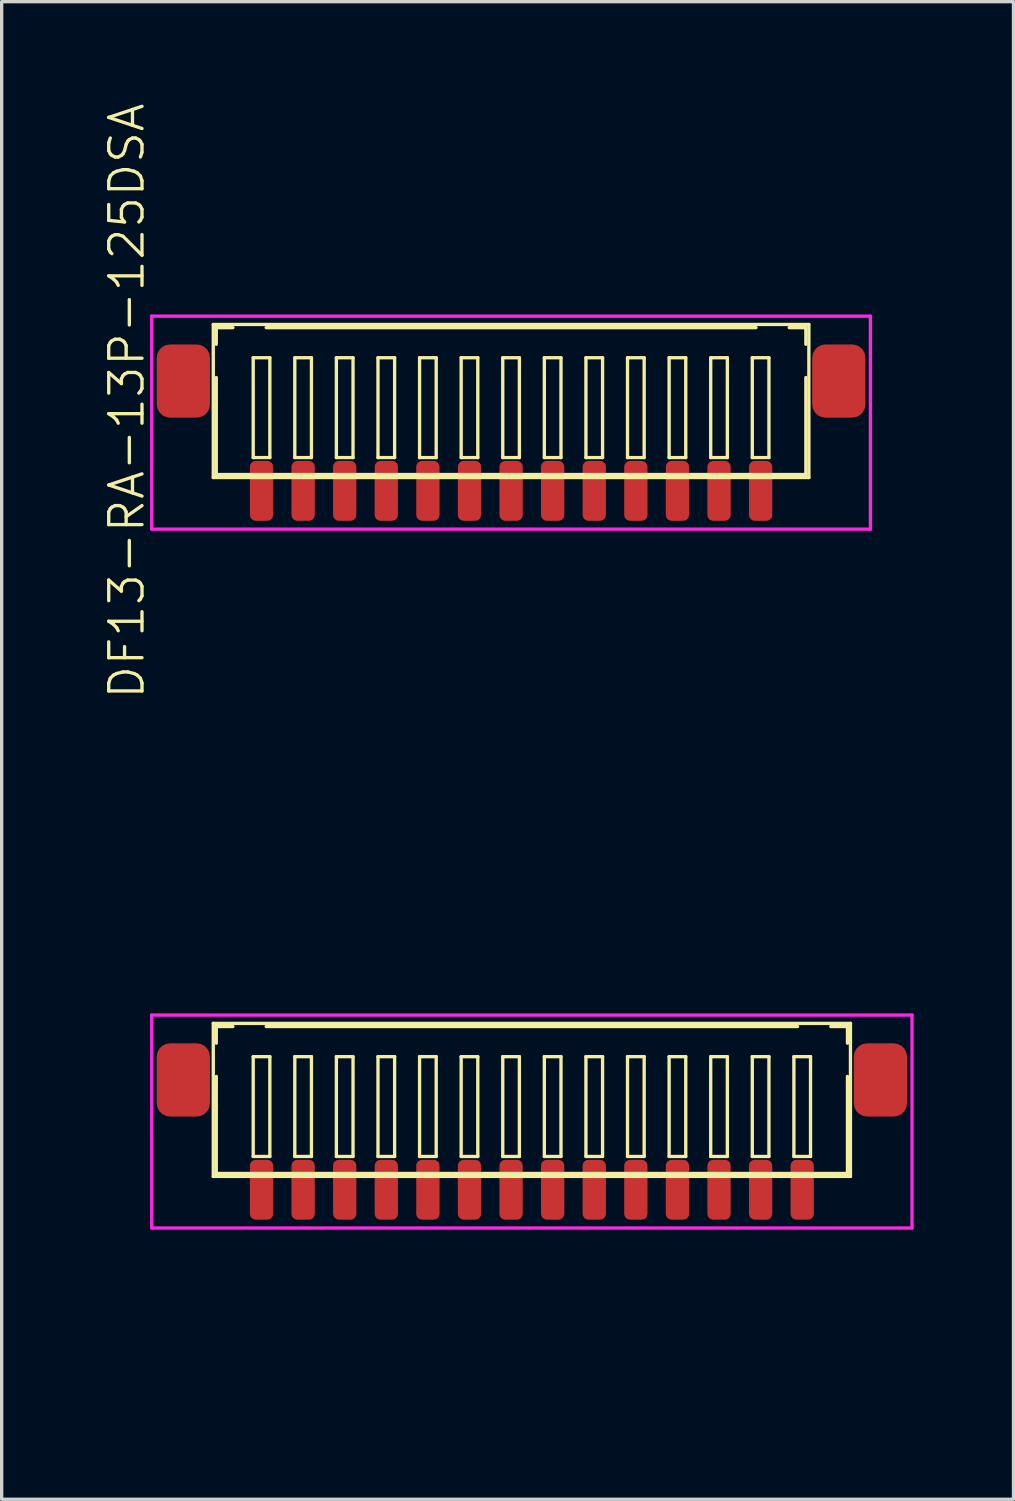
<source format=kicad_pcb>
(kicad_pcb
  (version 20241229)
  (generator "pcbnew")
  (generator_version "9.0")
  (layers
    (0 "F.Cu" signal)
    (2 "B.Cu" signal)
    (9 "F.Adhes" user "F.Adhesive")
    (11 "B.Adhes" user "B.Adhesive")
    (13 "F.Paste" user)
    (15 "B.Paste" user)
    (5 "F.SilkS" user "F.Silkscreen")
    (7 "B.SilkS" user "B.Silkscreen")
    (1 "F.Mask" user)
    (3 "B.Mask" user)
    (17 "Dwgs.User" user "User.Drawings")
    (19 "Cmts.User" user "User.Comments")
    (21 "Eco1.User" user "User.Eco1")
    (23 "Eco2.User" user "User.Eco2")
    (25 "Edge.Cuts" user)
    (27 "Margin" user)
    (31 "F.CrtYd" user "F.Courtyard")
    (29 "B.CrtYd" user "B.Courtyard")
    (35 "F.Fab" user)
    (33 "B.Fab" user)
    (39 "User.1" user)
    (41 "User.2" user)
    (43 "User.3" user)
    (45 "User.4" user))
  (footprint "DF13-RA-13P-125DSA"
    (layer "F.Cu")
    (at 12.31 11.702)
    (property "Reference" "DF13-RA-13P-125DSA" (at -11.55 -2.7 90) (layer "F.SilkS") (effects (font (size 1 1) (thickness 0.1))))
    (attr through_hole)
    (fp_line (start -8.95 -5) (end -8.95 -0.4) (stroke (width 0.1) (type solid)) (layer "F.SilkS"))
    (fp_line (start -8.95 -5) (end 8.95 -5) (stroke (width 0.1) (type solid)) (layer "F.SilkS"))
    (fp_line (start -8.95 -0.4) (end 8.95 -0.4) (stroke (width 0.1) (type solid)) (layer "F.SilkS"))
    (fp_line (start -8.86 -4.905) (end -8.86 -4.405) (stroke (width 0.1) (type solid)) (layer "F.SilkS"))
    (fp_line (start -8.86 -4.905) (end -8.36 -4.905) (stroke (width 0.1) (type solid)) (layer "F.SilkS"))
    (fp_line (start -8.86 -3.405) (end -8.86 -0.49) (stroke (width 0.1) (type solid)) (layer "F.SilkS"))
    (fp_line (start -8.86 -0.49) (end 8.86 -0.49) (stroke (width 0.1) (type solid)) (layer "F.SilkS"))
    (fp_line (start -7.75 -4) (end -7.75 -1) (stroke (width 0.1) (type solid)) (layer "F.SilkS"))
    (fp_line (start -7.75 -1) (end -7.25 -1) (stroke (width 0.1) (type solid)) (layer "F.SilkS"))
    (fp_line (start -7.36 -4.905) (end 7.36 -4.905) (stroke (width 0.1) (type solid)) (layer "F.SilkS"))
    (fp_line (start -7.25 -4) (end -7.75 -4) (stroke (width 0.1) (type solid)) (layer "F.SilkS"))
    (fp_line (start -7.25 -1) (end -7.25 -4) (stroke (width 0.1) (type solid)) (layer "F.SilkS"))
    (fp_line (start -6.5 -4) (end -6.5 -1) (stroke (width 0.1) (type solid)) (layer "F.SilkS"))
    (fp_line (start -6.5 -1) (end -6 -1) (stroke (width 0.1) (type solid)) (layer "F.SilkS"))
    (fp_line (start -6 -4) (end -6.5 -4) (stroke (width 0.1) (type solid)) (layer "F.SilkS"))
    (fp_line (start -6 -1) (end -6 -4) (stroke (width 0.1) (type solid)) (layer "F.SilkS"))
    (fp_line (start -5.25 -4) (end -5.25 -1) (stroke (width 0.1) (type solid)) (layer "F.SilkS"))
    (fp_line (start -5.25 -1) (end -4.75 -1) (stroke (width 0.1) (type solid)) (layer "F.SilkS"))
    (fp_line (start -4.75 -4) (end -5.25 -4) (stroke (width 0.1) (type solid)) (layer "F.SilkS"))
    (fp_line (start -4.75 -1) (end -4.75 -4) (stroke (width 0.1) (type solid)) (layer "F.SilkS"))
    (fp_line (start -4 -4) (end -4 -1) (stroke (width 0.1) (type solid)) (layer "F.SilkS"))
    (fp_line (start -4 -1) (end -3.5 -1) (stroke (width 0.1) (type solid)) (layer "F.SilkS"))
    (fp_line (start -3.5 -4) (end -4 -4) (stroke (width 0.1) (type solid)) (layer "F.SilkS"))
    (fp_line (start -3.5 -1) (end -3.5 -4) (stroke (width 0.1) (type solid)) (layer "F.SilkS"))
    (fp_line (start -2.75 -4) (end -2.75 -1) (stroke (width 0.1) (type solid)) (layer "F.SilkS"))
    (fp_line (start -2.75 -1) (end -2.25 -1) (stroke (width 0.1) (type solid)) (layer "F.SilkS"))
    (fp_line (start -2.25 -4) (end -2.75 -4) (stroke (width 0.1) (type solid)) (layer "F.SilkS"))
    (fp_line (start -2.25 -1) (end -2.25 -4) (stroke (width 0.1) (type solid)) (layer "F.SilkS"))
    (fp_line (start -1.5 -4) (end -1.5 -1) (stroke (width 0.1) (type solid)) (layer "F.SilkS"))
    (fp_line (start -1.5 -1) (end -1 -1) (stroke (width 0.1) (type solid)) (layer "F.SilkS"))
    (fp_line (start -1 -4) (end -1.5 -4) (stroke (width 0.1) (type solid)) (layer "F.SilkS"))
    (fp_line (start -1 -1) (end -1 -4) (stroke (width 0.1) (type solid)) (layer "F.SilkS"))
    (fp_line (start -0.25 -4) (end -0.25 -1) (stroke (width 0.1) (type solid)) (layer "F.SilkS"))
    (fp_line (start -0.25 -1) (end 0.25 -1) (stroke (width 0.1) (type solid)) (layer "F.SilkS"))
    (fp_line (start 0.25 -4) (end -0.25 -4) (stroke (width 0.1) (type solid)) (layer "F.SilkS"))
    (fp_line (start 0.25 -1) (end 0.25 -4) (stroke (width 0.1) (type solid)) (layer "F.SilkS"))
    (fp_line (start 1 -4) (end 1 -1) (stroke (width 0.1) (type solid)) (layer "F.SilkS"))
    (fp_line (start 1 -1) (end 1.5 -1) (stroke (width 0.1) (type solid)) (layer "F.SilkS"))
    (fp_line (start 1.5 -4) (end 1 -4) (stroke (width 0.1) (type solid)) (layer "F.SilkS"))
    (fp_line (start 1.5 -1) (end 1.5 -4) (stroke (width 0.1) (type solid)) (layer "F.SilkS"))
    (fp_line (start 2.25 -4) (end 2.25 -1) (stroke (width 0.1) (type solid)) (layer "F.SilkS"))
    (fp_line (start 2.25 -1) (end 2.75 -1) (stroke (width 0.1) (type solid)) (layer "F.SilkS"))
    (fp_line (start 2.75 -4) (end 2.25 -4) (stroke (width 0.1) (type solid)) (layer "F.SilkS"))
    (fp_line (start 2.75 -1) (end 2.75 -4) (stroke (width 0.1) (type solid)) (layer "F.SilkS"))
    (fp_line (start 3.5 -4) (end 3.5 -1) (stroke (width 0.1) (type solid)) (layer "F.SilkS"))
    (fp_line (start 3.5 -1) (end 4 -1) (stroke (width 0.1) (type solid)) (layer "F.SilkS"))
    (fp_line (start 4 -4) (end 3.5 -4) (stroke (width 0.1) (type solid)) (layer "F.SilkS"))
    (fp_line (start 4 -1) (end 4 -4) (stroke (width 0.1) (type solid)) (layer "F.SilkS"))
    (fp_line (start 4.75 -4) (end 4.75 -1) (stroke (width 0.1) (type solid)) (layer "F.SilkS"))
    (fp_line (start 4.75 -1) (end 5.25 -1) (stroke (width 0.1) (type solid)) (layer "F.SilkS"))
    (fp_line (start 5.25 -4) (end 4.75 -4) (stroke (width 0.1) (type solid)) (layer "F.SilkS"))
    (fp_line (start 5.25 -1) (end 5.25 -4) (stroke (width 0.1) (type solid)) (layer "F.SilkS"))
    (fp_line (start 6 -4) (end 6 -1) (stroke (width 0.1) (type solid)) (layer "F.SilkS"))
    (fp_line (start 6 -1) (end 6.5 -1) (stroke (width 0.1) (type solid)) (layer "F.SilkS"))
    (fp_line (start 6.5 -4) (end 6 -4) (stroke (width 0.1) (type solid)) (layer "F.SilkS"))
    (fp_line (start 6.5 -1) (end 6.5 -4) (stroke (width 0.1) (type solid)) (layer "F.SilkS"))
    (fp_line (start 7.25 -4) (end 7.25 -1) (stroke (width 0.1) (type solid)) (layer "F.SilkS"))
    (fp_line (start 7.25 -1) (end 7.75 -1) (stroke (width 0.1) (type solid)) (layer "F.SilkS"))
    (fp_line (start 7.75 -4) (end 7.25 -4) (stroke (width 0.1) (type solid)) (layer "F.SilkS"))
    (fp_line (start 7.75 -1) (end 7.75 -4) (stroke (width 0.1) (type solid)) (layer "F.SilkS"))
    (fp_line (start 8.36 -4.905) (end 8.86 -4.905) (stroke (width 0.1) (type solid)) (layer "F.SilkS"))
    (fp_line (start 8.86 -4.905) (end 8.86 -4.405) (stroke (width 0.1) (type solid)) (layer "F.SilkS"))
    (fp_line (start 8.86 -3.405) (end 8.86 -0.49) (stroke (width 0.1) (type solid)) (layer "F.SilkS"))
    (fp_line (start 8.95 -5) (end 8.95 -0.4) (stroke (width 0.1) (type solid)) (layer "F.SilkS"))
    (fp_line (start -10.8 -5.25) (end -10.8 1.15) (stroke (width 0.1) (type solid)) (layer "F.CrtYd"))
    (fp_line (start -10.8 1.15) (end 10.8 1.15) (stroke (width 0.1) (type solid)) (layer "F.CrtYd"))
    (fp_line (start 10.8 -5.25) (end -10.8 -5.25) (stroke (width 0.1) (type solid)) (layer "F.CrtYd"))
    (fp_line (start 10.8 1.15) (end 10.8 -5.25) (stroke (width 0.1) (type solid)) (layer "F.CrtYd"))
    (pad "1" smd roundrect (at -7.5 0) (size 0.7 1.8) (layers "F.Cu" "F.Mask" "F.Paste") (roundrect_rratio 0.25))
    (pad "2" smd roundrect (at -6.25 0) (size 0.7 1.8) (layers "F.Cu" "F.Mask" "F.Paste") (roundrect_rratio 0.25))
    (pad "3" smd roundrect (at -5 0) (size 0.7 1.8) (layers "F.Cu" "F.Mask" "F.Paste") (roundrect_rratio 0.25))
    (pad "4" smd roundrect (at -3.75 0) (size 0.7 1.8) (layers "F.Cu" "F.Mask" "F.Paste") (roundrect_rratio 0.25))
    (pad "5" smd roundrect (at -2.5 0) (size 0.7 1.8) (layers "F.Cu" "F.Mask" "F.Paste") (roundrect_rratio 0.25))
    (pad "6" smd roundrect (at -1.25 0) (size 0.7 1.8) (layers "F.Cu" "F.Mask" "F.Paste") (roundrect_rratio 0.25))
    (pad "7" smd roundrect (at 0 0) (size 0.7 1.8) (layers "F.Cu" "F.Mask" "F.Paste") (roundrect_rratio 0.25))
    (pad "8" smd roundrect (at 1.25 0) (size 0.7 1.8) (layers "F.Cu" "F.Mask" "F.Paste") (roundrect_rratio 0.25))
    (pad "9" smd roundrect (at 2.5 0) (size 0.7 1.8) (layers "F.Cu" "F.Mask" "F.Paste") (roundrect_rratio 0.25))
    (pad "10" smd roundrect (at 3.75 0) (size 0.7 1.8) (layers "F.Cu" "F.Mask" "F.Paste") (roundrect_rratio 0.25))
    (pad "11" smd roundrect (at 5 0) (size 0.7 1.8) (layers "F.Cu" "F.Mask" "F.Paste") (roundrect_rratio 0.25))
    (pad "12" smd roundrect (at 6.25 0) (size 0.7 1.8) (layers "F.Cu" "F.Mask" "F.Paste") (roundrect_rratio 0.25))
    (pad "13" smd roundrect (at 7.5 0) (size 0.7 1.8) (layers "F.Cu" "F.Mask" "F.Paste") (roundrect_rratio 0.25))
    (pad "S" smd roundrect (at -9.85 -3.3) (size 1.6 2.2) (layers "F.Cu" "F.Mask" "F.Paste") (roundrect_rratio 0.25))
    (pad "S" smd roundrect (at 9.85 -3.3) (size 1.6 2.2) (layers "F.Cu" "F.Mask" "F.Paste") (roundrect_rratio 0.25)))
  (footprint "DF13-RA-14P-125DSA"
    (layer "F.Cu")
    (at 12.935 32.707)
    (property "Reference" "DF13-RA-14P-125DSA" (at -12.175 -2.7 90) (layer "User.1") (effects (font (size 1 1) (thickness 0.1))))
    (attr through_hole)
    (fp_line (start -9.575 -5) (end -9.575 -0.4) (stroke (width 0.1) (type solid)) (layer "F.SilkS"))
    (fp_line (start -9.575 -5) (end 9.575 -5) (stroke (width 0.1) (type solid)) (layer "F.SilkS"))
    (fp_line (start -9.575 -0.4) (end 9.575 -0.4) (stroke (width 0.1) (type solid)) (layer "F.SilkS"))
    (fp_line (start -9.485 -4.905) (end -9.485 -4.405) (stroke (width 0.1) (type solid)) (layer "F.SilkS"))
    (fp_line (start -9.485 -4.905) (end -8.985 -4.905) (stroke (width 0.1) (type solid)) (layer "F.SilkS"))
    (fp_line (start -9.485 -3.405) (end -9.485 -0.49) (stroke (width 0.1) (type solid)) (layer "F.SilkS"))
    (fp_line (start -9.485 -0.49) (end 9.485 -0.49) (stroke (width 0.1) (type solid)) (layer "F.SilkS"))
    (fp_line (start -8.375 -4) (end -8.375 -1) (stroke (width 0.1) (type solid)) (layer "F.SilkS"))
    (fp_line (start -8.375 -1) (end -7.875 -1) (stroke (width 0.1) (type solid)) (layer "F.SilkS"))
    (fp_line (start -7.985 -4.905) (end 7.985 -4.905) (stroke (width 0.1) (type solid)) (layer "F.SilkS"))
    (fp_line (start -7.875 -4) (end -8.375 -4) (stroke (width 0.1) (type solid)) (layer "F.SilkS"))
    (fp_line (start -7.875 -1) (end -7.875 -4) (stroke (width 0.1) (type solid)) (layer "F.SilkS"))
    (fp_line (start -7.125 -4) (end -7.125 -1) (stroke (width 0.1) (type solid)) (layer "F.SilkS"))
    (fp_line (start -7.125 -1) (end -6.625 -1) (stroke (width 0.1) (type solid)) (layer "F.SilkS"))
    (fp_line (start -6.625 -4) (end -7.125 -4) (stroke (width 0.1) (type solid)) (layer "F.SilkS"))
    (fp_line (start -6.625 -1) (end -6.625 -4) (stroke (width 0.1) (type solid)) (layer "F.SilkS"))
    (fp_line (start -5.875 -4) (end -5.875 -1) (stroke (width 0.1) (type solid)) (layer "F.SilkS"))
    (fp_line (start -5.875 -1) (end -5.375 -1) (stroke (width 0.1) (type solid)) (layer "F.SilkS"))
    (fp_line (start -5.375 -4) (end -5.875 -4) (stroke (width 0.1) (type solid)) (layer "F.SilkS"))
    (fp_line (start -5.375 -1) (end -5.375 -4) (stroke (width 0.1) (type solid)) (layer "F.SilkS"))
    (fp_line (start -4.625 -4) (end -4.625 -1) (stroke (width 0.1) (type solid)) (layer "F.SilkS"))
    (fp_line (start -4.625 -1) (end -4.125 -1) (stroke (width 0.1) (type solid)) (layer "F.SilkS"))
    (fp_line (start -4.125 -4) (end -4.625 -4) (stroke (width 0.1) (type solid)) (layer "F.SilkS"))
    (fp_line (start -4.125 -1) (end -4.125 -4) (stroke (width 0.1) (type solid)) (layer "F.SilkS"))
    (fp_line (start -3.375 -4) (end -3.375 -1) (stroke (width 0.1) (type solid)) (layer "F.SilkS"))
    (fp_line (start -3.375 -1) (end -2.875 -1) (stroke (width 0.1) (type solid)) (layer "F.SilkS"))
    (fp_line (start -2.875 -4) (end -3.375 -4) (stroke (width 0.1) (type solid)) (layer "F.SilkS"))
    (fp_line (start -2.875 -1) (end -2.875 -4) (stroke (width 0.1) (type solid)) (layer "F.SilkS"))
    (fp_line (start -2.125 -4) (end -2.125 -1) (stroke (width 0.1) (type solid)) (layer "F.SilkS"))
    (fp_line (start -2.125 -1) (end -1.625 -1) (stroke (width 0.1) (type solid)) (layer "F.SilkS"))
    (fp_line (start -1.625 -4) (end -2.125 -4) (stroke (width 0.1) (type solid)) (layer "F.SilkS"))
    (fp_line (start -1.625 -1) (end -1.625 -4) (stroke (width 0.1) (type solid)) (layer "F.SilkS"))
    (fp_line (start -0.875 -4) (end -0.875 -1) (stroke (width 0.1) (type solid)) (layer "F.SilkS"))
    (fp_line (start -0.875 -1) (end -0.375 -1) (stroke (width 0.1) (type solid)) (layer "F.SilkS"))
    (fp_line (start -0.375 -4) (end -0.875 -4) (stroke (width 0.1) (type solid)) (layer "F.SilkS"))
    (fp_line (start -0.375 -1) (end -0.375 -4) (stroke (width 0.1) (type solid)) (layer "F.SilkS"))
    (fp_line (start 0.375 -4) (end 0.375 -1) (stroke (width 0.1) (type solid)) (layer "F.SilkS"))
    (fp_line (start 0.375 -1) (end 0.875 -1) (stroke (width 0.1) (type solid)) (layer "F.SilkS"))
    (fp_line (start 0.875 -4) (end 0.375 -4) (stroke (width 0.1) (type solid)) (layer "F.SilkS"))
    (fp_line (start 0.875 -1) (end 0.875 -4) (stroke (width 0.1) (type solid)) (layer "F.SilkS"))
    (fp_line (start 1.625 -4) (end 1.625 -1) (stroke (width 0.1) (type solid)) (layer "F.SilkS"))
    (fp_line (start 1.625 -1) (end 2.125 -1) (stroke (width 0.1) (type solid)) (layer "F.SilkS"))
    (fp_line (start 2.125 -4) (end 1.625 -4) (stroke (width 0.1) (type solid)) (layer "F.SilkS"))
    (fp_line (start 2.125 -1) (end 2.125 -4) (stroke (width 0.1) (type solid)) (layer "F.SilkS"))
    (fp_line (start 2.875 -4) (end 2.875 -1) (stroke (width 0.1) (type solid)) (layer "F.SilkS"))
    (fp_line (start 2.875 -1) (end 3.375 -1) (stroke (width 0.1) (type solid)) (layer "F.SilkS"))
    (fp_line (start 3.375 -4) (end 2.875 -4) (stroke (width 0.1) (type solid)) (layer "F.SilkS"))
    (fp_line (start 3.375 -1) (end 3.375 -4) (stroke (width 0.1) (type solid)) (layer "F.SilkS"))
    (fp_line (start 4.125 -4) (end 4.125 -1) (stroke (width 0.1) (type solid)) (layer "F.SilkS"))
    (fp_line (start 4.125 -1) (end 4.625 -1) (stroke (width 0.1) (type solid)) (layer "F.SilkS"))
    (fp_line (start 4.625 -4) (end 4.125 -4) (stroke (width 0.1) (type solid)) (layer "F.SilkS"))
    (fp_line (start 4.625 -1) (end 4.625 -4) (stroke (width 0.1) (type solid)) (layer "F.SilkS"))
    (fp_line (start 5.375 -4) (end 5.375 -1) (stroke (width 0.1) (type solid)) (layer "F.SilkS"))
    (fp_line (start 5.375 -1) (end 5.875 -1) (stroke (width 0.1) (type solid)) (layer "F.SilkS"))
    (fp_line (start 5.875 -4) (end 5.375 -4) (stroke (width 0.1) (type solid)) (layer "F.SilkS"))
    (fp_line (start 5.875 -1) (end 5.875 -4) (stroke (width 0.1) (type solid)) (layer "F.SilkS"))
    (fp_line (start 6.625 -4) (end 6.625 -1) (stroke (width 0.1) (type solid)) (layer "F.SilkS"))
    (fp_line (start 6.625 -1) (end 7.125 -1) (stroke (width 0.1) (type solid)) (layer "F.SilkS"))
    (fp_line (start 7.125 -4) (end 6.625 -4) (stroke (width 0.1) (type solid)) (layer "F.SilkS"))
    (fp_line (start 7.125 -1) (end 7.125 -4) (stroke (width 0.1) (type solid)) (layer "F.SilkS"))
    (fp_line (start 7.875 -4) (end 7.875 -1) (stroke (width 0.1) (type solid)) (layer "F.SilkS"))
    (fp_line (start 7.875 -1) (end 8.375 -1) (stroke (width 0.1) (type solid)) (layer "F.SilkS"))
    (fp_line (start 8.375 -4) (end 7.875 -4) (stroke (width 0.1) (type solid)) (layer "F.SilkS"))
    (fp_line (start 8.375 -1) (end 8.375 -4) (stroke (width 0.1) (type solid)) (layer "F.SilkS"))
    (fp_line (start 8.985 -4.905) (end 9.485 -4.905) (stroke (width 0.1) (type solid)) (layer "F.SilkS"))
    (fp_line (start 9.485 -4.905) (end 9.485 -4.405) (stroke (width 0.1) (type solid)) (layer "F.SilkS"))
    (fp_line (start 9.485 -3.405) (end 9.485 -0.49) (stroke (width 0.1) (type solid)) (layer "F.SilkS"))
    (fp_line (start 9.575 -5) (end 9.575 -0.4) (stroke (width 0.1) (type solid)) (layer "F.SilkS"))
    (fp_line (start -11.425 -5.25) (end -11.425 1.15) (stroke (width 0.1) (type solid)) (layer "F.CrtYd"))
    (fp_line (start -11.425 1.15) (end 11.425 1.15) (stroke (width 0.1) (type solid)) (layer "F.CrtYd"))
    (fp_line (start 11.425 -5.25) (end -11.425 -5.25) (stroke (width 0.1) (type solid)) (layer "F.CrtYd"))
    (fp_line (start 11.425 1.15) (end 11.425 -5.25) (stroke (width 0.1) (type solid)) (layer "F.CrtYd"))
    (pad "1" smd roundrect (at -8.125 0) (size 0.7 1.8) (layers "F.Cu" "F.Mask" "F.Paste") (roundrect_rratio 0.25))
    (pad "2" smd roundrect (at -6.875 0) (size 0.7 1.8) (layers "F.Cu" "F.Mask" "F.Paste") (roundrect_rratio 0.25))
    (pad "3" smd roundrect (at -5.625 0) (size 0.7 1.8) (layers "F.Cu" "F.Mask" "F.Paste") (roundrect_rratio 0.25))
    (pad "4" smd roundrect (at -4.375 0) (size 0.7 1.8) (layers "F.Cu" "F.Mask" "F.Paste") (roundrect_rratio 0.25))
    (pad "5" smd roundrect (at -3.125 0) (size 0.7 1.8) (layers "F.Cu" "F.Mask" "F.Paste") (roundrect_rratio 0.25))
    (pad "6" smd roundrect (at -1.875 0) (size 0.7 1.8) (layers "F.Cu" "F.Mask" "F.Paste") (roundrect_rratio 0.25))
    (pad "7" smd roundrect (at -0.625 0) (size 0.7 1.8) (layers "F.Cu" "F.Mask" "F.Paste") (roundrect_rratio 0.25))
    (pad "8" smd roundrect (at 0.625 0) (size 0.7 1.8) (layers "F.Cu" "F.Mask" "F.Paste") (roundrect_rratio 0.25))
    (pad "9" smd roundrect (at 1.875 0) (size 0.7 1.8) (layers "F.Cu" "F.Mask" "F.Paste") (roundrect_rratio 0.25))
    (pad "10" smd roundrect (at 3.125 0) (size 0.7 1.8) (layers "F.Cu" "F.Mask" "F.Paste") (roundrect_rratio 0.25))
    (pad "11" smd roundrect (at 4.375 0) (size 0.7 1.8) (layers "F.Cu" "F.Mask" "F.Paste") (roundrect_rratio 0.25))
    (pad "12" smd roundrect (at 5.625 0) (size 0.7 1.8) (layers "F.Cu" "F.Mask" "F.Paste") (roundrect_rratio 0.25))
    (pad "13" smd roundrect (at 6.875 0) (size 0.7 1.8) (layers "F.Cu" "F.Mask" "F.Paste") (roundrect_rratio 0.25))
    (pad "14" smd roundrect (at 8.125 0) (size 0.7 1.8) (layers "F.Cu" "F.Mask" "F.Paste") (roundrect_rratio 0.25))
    (pad "S" smd roundrect (at -10.475 -3.3) (size 1.6 2.2) (layers "F.Cu" "F.Mask" "F.Paste") (roundrect_rratio 0.25))
    (pad "S" smd roundrect (at 10.475 -3.3) (size 1.6 2.2) (layers "F.Cu" "F.Mask" "F.Paste") (roundrect_rratio 0.25)))
  (gr_rect
    (start -3 -3)
    (end 27.41 42.01)
    (stroke (width 0.1) (type default))
    (fill no)
    (layer "Edge.Cuts")))
</source>
